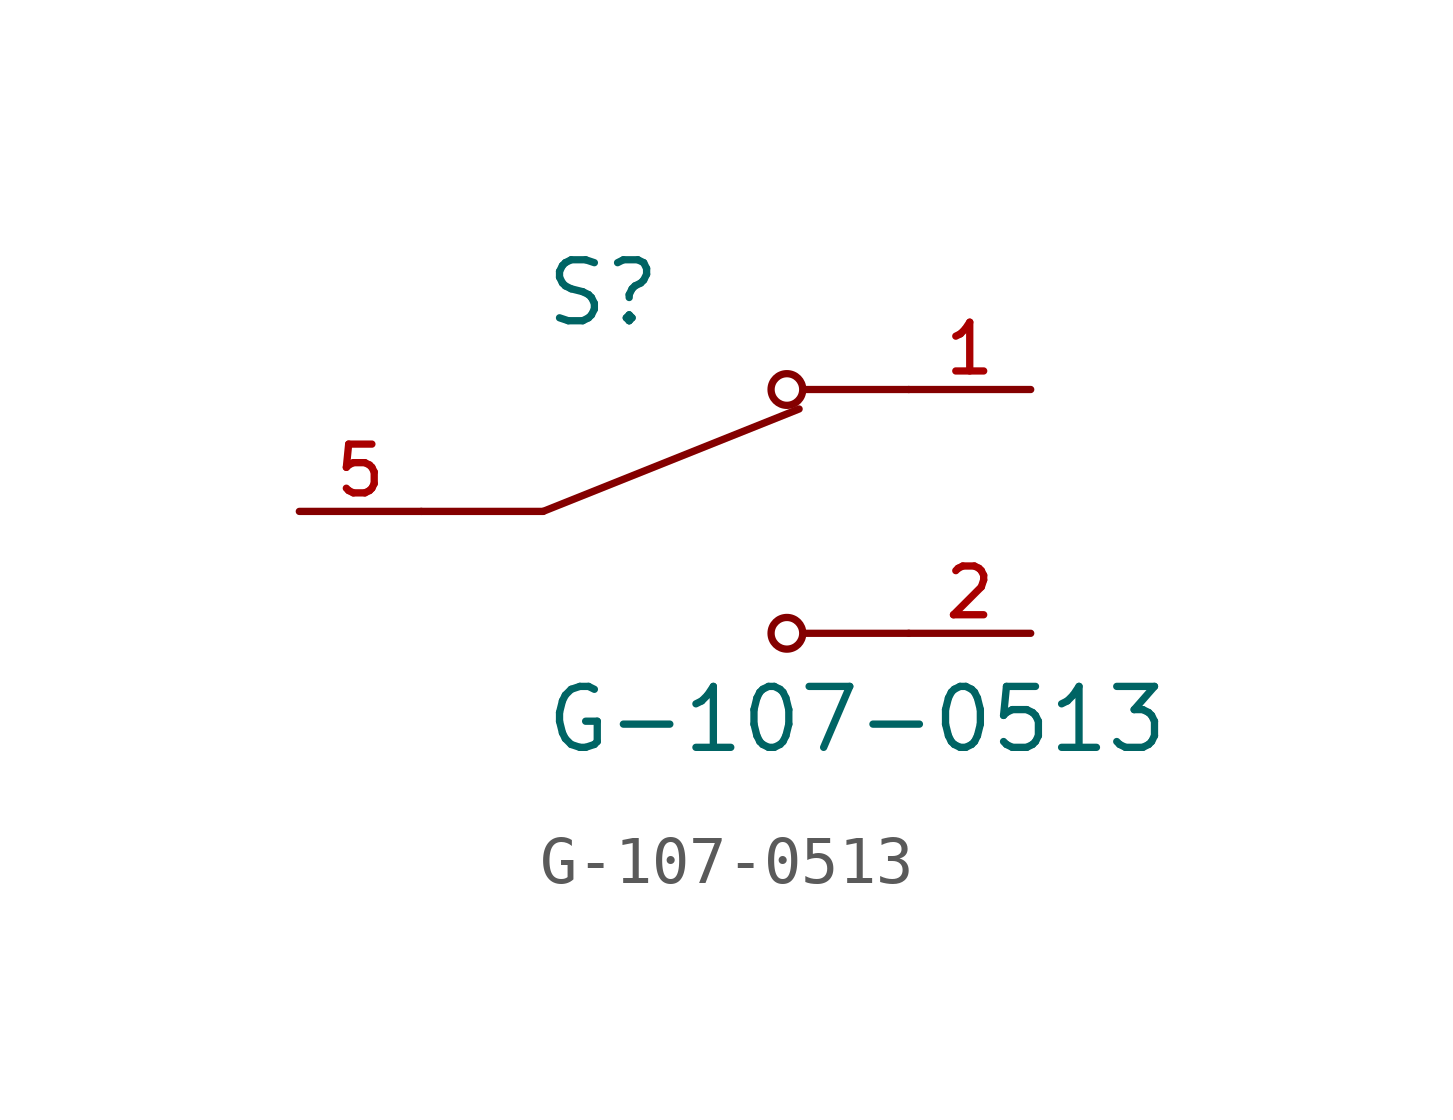
<source format=kicad_sym>
(kicad_symbol_lib
  (version 20211014)
  (generator kicad_symbol_editor)
  (symbol "G-107-0513"
    (pin_names
      (offset 1.016))
    (property "Reference" "S"
      (at -2.54 3.81 0)
      (effects (font (size 1.27 1.27)) (justify bottom left)))
    (property "Value" "G-107-0513"
      (at -2.54 -5.08 0)
      (effects (font (size 1.27 1.27)) (justify bottom left)))
    (symbol "G-107-0513_0_0"
      (polyline (pts (xy -2.54 0.0) (xy 2.794 2.134)) (stroke (width 0.152)))
      (circle (center 2.54 2.54) (radius 0.33) (stroke (width 0.152)) (fill (type none)))
      (circle (center 2.54 -2.54) (radius 0.33) (stroke (width 0.152)) (fill (type none)))
      (polyline (pts (xy 5.08 -2.54) (xy 2.921 -2.54)) (stroke (width 0.152)))
      (polyline (pts (xy 5.08 2.54) (xy 2.921 2.54)) (stroke (width 0.152)))
      (polyline (pts (xy -2.54 0.0) (xy -5.08 0.0)) (stroke (width 0.152)))
      (pin passive line (at 7.62 2.54 180.0) (length 2.54) (name "~" (effects (font (size 1.016 1.016)))) (number "1" (effects (font (size 1.016 1.016)))))
      (pin passive line (at -7.62 0.0 0) (length 2.54) (name "~" (effects (font (size 1.016 1.016)))) (number "5" (effects (font (size 1.016 1.016)))))
      (pin passive line (at 7.62 -2.54 180.0) (length 2.54) (name "~" (effects (font (size 1.016 1.016)))) (number "2" (effects (font (size 1.016 1.016))))))))
</source>
